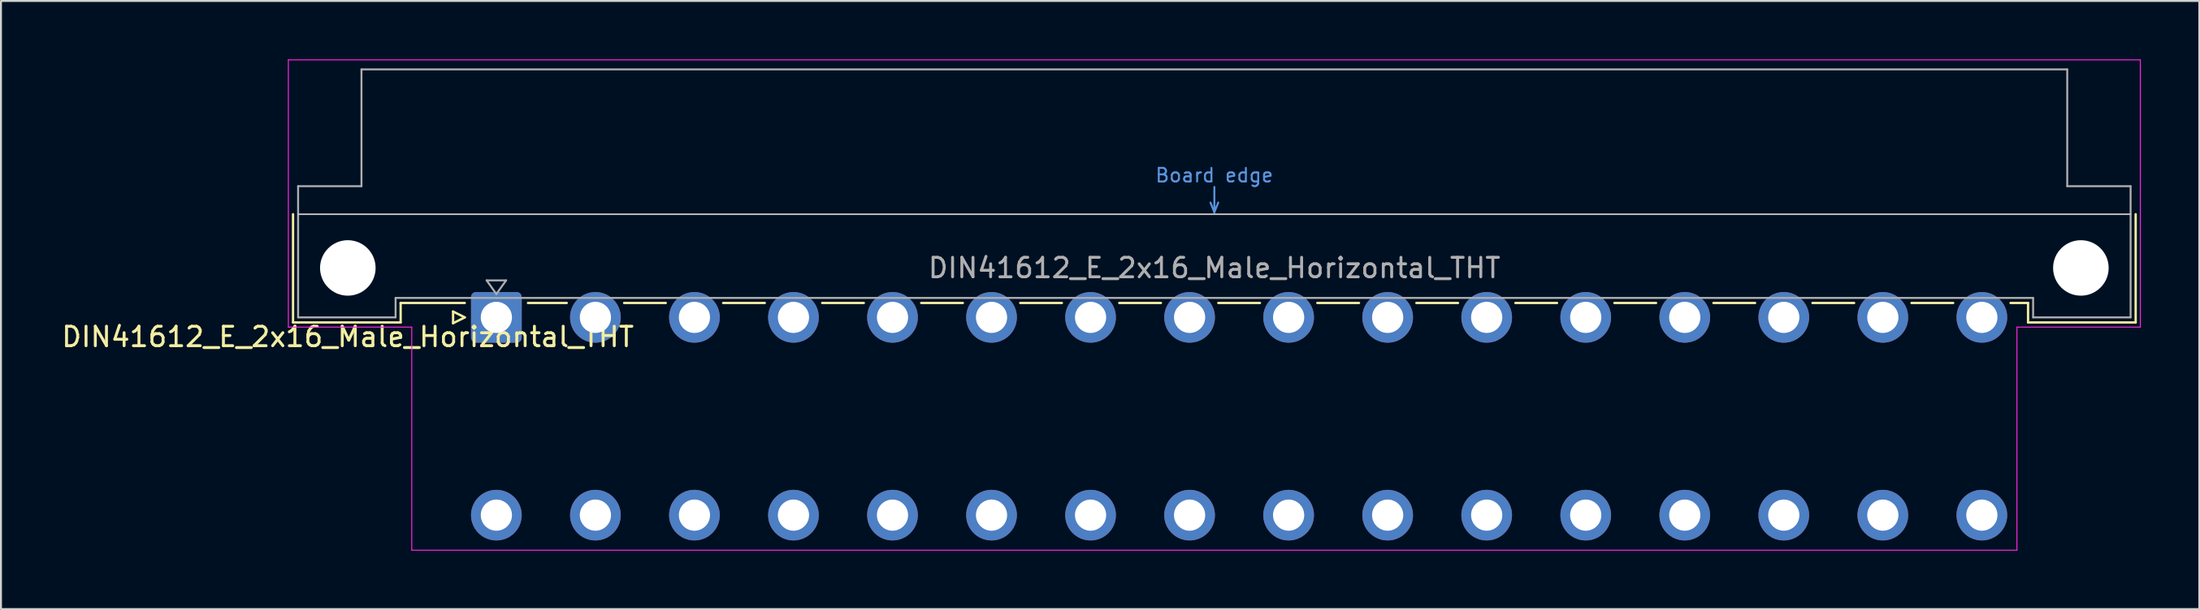
<source format=kicad_pcb>
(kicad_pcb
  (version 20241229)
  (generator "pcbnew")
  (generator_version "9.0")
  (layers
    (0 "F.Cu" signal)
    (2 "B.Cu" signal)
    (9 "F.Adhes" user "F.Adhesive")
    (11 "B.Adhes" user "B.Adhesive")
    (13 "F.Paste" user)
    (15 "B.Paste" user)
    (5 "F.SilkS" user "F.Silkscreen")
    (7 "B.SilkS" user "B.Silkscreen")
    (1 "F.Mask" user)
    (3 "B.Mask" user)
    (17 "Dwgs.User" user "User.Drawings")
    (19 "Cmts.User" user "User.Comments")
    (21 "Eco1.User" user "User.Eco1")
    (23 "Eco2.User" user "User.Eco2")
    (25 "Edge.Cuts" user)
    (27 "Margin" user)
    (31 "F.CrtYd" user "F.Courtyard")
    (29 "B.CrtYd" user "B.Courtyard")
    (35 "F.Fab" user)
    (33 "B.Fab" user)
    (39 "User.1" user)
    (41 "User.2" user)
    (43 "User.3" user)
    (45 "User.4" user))
  (footprint "DIN41612_E_2x16_Male_Horizontal_THT"
    (layer "F.Cu")
    (at 19.872 13.255)
    (property "Reference" "DIN41612_E_2x16_Male_Horizontal_THT" (at -5.08 1 0) (layer "F.SilkS") (effects (font (size 1 1) (thickness 0.15))))
    (attr through_hole)
    (fp_line (start -7.89 -5.3) (end -7.89 0.26) (stroke (width 0.12) (type solid)) (layer "F.SilkS"))
    (fp_line (start -7.89 0.26) (end -2.37 0.26) (stroke (width 0.12) (type solid)) (layer "F.SilkS"))
    (fp_line (start -2.371 -0.74) (end 0.92 -0.74) (stroke (width 0.12) (type solid)) (layer "F.SilkS"))
    (fp_line (start -2.37 0.26) (end -2.37 -0.74) (stroke (width 0.12) (type solid)) (layer "F.SilkS"))
    (fp_line (start 0.32 -0.3) (end 0.32 0.3) (stroke (width 0.12) (type solid)) (layer "F.SilkS"))
    (fp_line (start 0.32 0.3) (end 0.92 0) (stroke (width 0.12) (type solid)) (layer "F.SilkS"))
    (fp_line (start 0.92 0) (end 0.32 -0.3) (stroke (width 0.12) (type solid)) (layer "F.SilkS"))
    (fp_line (start 4.16 -0.74) (end 6.149 -0.74) (stroke (width 0.12) (type solid)) (layer "F.SilkS"))
    (fp_line (start 9.092 -0.74) (end 11.229 -0.74) (stroke (width 0.12) (type solid)) (layer "F.SilkS"))
    (fp_line (start 14.172 -0.74) (end 16.309 -0.74) (stroke (width 0.12) (type solid)) (layer "F.SilkS"))
    (fp_line (start 19.252 -0.74) (end 21.389 -0.74) (stroke (width 0.12) (type solid)) (layer "F.SilkS"))
    (fp_line (start 24.332 -0.74) (end 26.469 -0.74) (stroke (width 0.12) (type solid)) (layer "F.SilkS"))
    (fp_line (start 29.412 -0.74) (end 31.549 -0.74) (stroke (width 0.12) (type solid)) (layer "F.SilkS"))
    (fp_line (start 34.492 -0.74) (end 36.629 -0.74) (stroke (width 0.12) (type solid)) (layer "F.SilkS"))
    (fp_line (start 39.572 -0.74) (end 41.709 -0.74) (stroke (width 0.12) (type solid)) (layer "F.SilkS"))
    (fp_line (start 44.652 -0.74) (end 46.789 -0.74) (stroke (width 0.12) (type solid)) (layer "F.SilkS"))
    (fp_line (start 49.732 -0.74) (end 51.869 -0.74) (stroke (width 0.12) (type solid)) (layer "F.SilkS"))
    (fp_line (start 54.812 -0.74) (end 56.949 -0.74) (stroke (width 0.12) (type solid)) (layer "F.SilkS"))
    (fp_line (start 59.892 -0.74) (end 62.029 -0.74) (stroke (width 0.12) (type solid)) (layer "F.SilkS"))
    (fp_line (start 64.972 -0.74) (end 67.109 -0.74) (stroke (width 0.12) (type solid)) (layer "F.SilkS"))
    (fp_line (start 70.052 -0.74) (end 72.189 -0.74) (stroke (width 0.12) (type solid)) (layer "F.SilkS"))
    (fp_line (start 75.132 -0.74) (end 77.269 -0.74) (stroke (width 0.12) (type solid)) (layer "F.SilkS"))
    (fp_line (start 80.212 -0.74) (end 81.11 -0.74) (stroke (width 0.12) (type solid)) (layer "F.SilkS"))
    (fp_line (start 81.11 0.26) (end 81.11 -0.74) (stroke (width 0.12) (type solid)) (layer "F.SilkS"))
    (fp_line (start 86.63 -5.3) (end 86.63 0.26) (stroke (width 0.12) (type solid)) (layer "F.SilkS"))
    (fp_line (start 86.63 0.26) (end 81.11 0.26) (stroke (width 0.12) (type solid)) (layer "F.SilkS"))
    (fp_line (start -7.63 -5.3) (end 86.37 -5.3) (stroke (width 0.08) (type solid)) (layer "Dwgs.User"))
    (fp_line (start 39.17 -5.9) (end 39.37 -5.4) (stroke (width 0.1) (type solid)) (layer "Cmts.User"))
    (fp_line (start 39.37 -5.4) (end 39.37 -6.7) (stroke (width 0.1) (type solid)) (layer "Cmts.User"))
    (fp_line (start 39.37 -5.4) (end 39.57 -5.9) (stroke (width 0.1) (type solid)) (layer "Cmts.User"))
    (fp_line (start -8.13 -13.23) (end -8.13 0.5) (stroke (width 0.05) (type solid)) (layer "F.CrtYd"))
    (fp_line (start -8.13 0.5) (end -1.8 0.5) (stroke (width 0.05) (type solid)) (layer "F.CrtYd"))
    (fp_line (start -1.8 0.5) (end -1.8 11.96) (stroke (width 0.05) (type solid)) (layer "F.CrtYd"))
    (fp_line (start -1.8 11.96) (end 80.54 11.96) (stroke (width 0.05) (type solid)) (layer "F.CrtYd"))
    (fp_line (start 80.54 0.5) (end 86.87 0.5) (stroke (width 0.05) (type solid)) (layer "F.CrtYd"))
    (fp_line (start 80.54 11.96) (end 80.54 0.5) (stroke (width 0.05) (type solid)) (layer "F.CrtYd"))
    (fp_line (start 86.87 -13.23) (end -8.13 -13.23) (stroke (width 0.05) (type solid)) (layer "F.CrtYd"))
    (fp_line (start 86.87 0.5) (end 86.87 -13.23) (stroke (width 0.05) (type solid)) (layer "F.CrtYd"))
    (fp_line (start -7.63 -6.74) (end -7.63 0) (stroke (width 0.1) (type solid)) (layer "F.Fab"))
    (fp_line (start -7.63 0) (end -2.63 0) (stroke (width 0.1) (type solid)) (layer "F.Fab"))
    (fp_line (start -4.38 -12.74) (end -4.38 -6.74) (stroke (width 0.1) (type solid)) (layer "F.Fab"))
    (fp_line (start -4.38 -6.74) (end -7.63 -6.74) (stroke (width 0.1) (type solid)) (layer "F.Fab"))
    (fp_line (start -2.63 -1) (end 81.37 -1) (stroke (width 0.1) (type solid)) (layer "F.Fab"))
    (fp_line (start -2.63 0) (end -2.63 -1) (stroke (width 0.1) (type solid)) (layer "F.Fab"))
    (fp_line (start 2.04 -1.9) (end 3.04 -1.9) (stroke (width 0.1) (type solid)) (layer "F.Fab"))
    (fp_line (start 2.54 -1.2) (end 2.04 -1.9) (stroke (width 0.1) (type solid)) (layer "F.Fab"))
    (fp_line (start 3.04 -1.9) (end 2.54 -1.2) (stroke (width 0.1) (type solid)) (layer "F.Fab"))
    (fp_line (start 81.37 -1) (end 81.37 0) (stroke (width 0.1) (type solid)) (layer "F.Fab"))
    (fp_line (start 81.37 0) (end 86.37 0) (stroke (width 0.1) (type solid)) (layer "F.Fab"))
    (fp_line (start 83.12 -12.74) (end -4.38 -12.74) (stroke (width 0.1) (type solid)) (layer "F.Fab"))
    (fp_line (start 83.12 -6.74) (end 83.12 -12.74) (stroke (width 0.1) (type solid)) (layer "F.Fab"))
    (fp_line (start 86.37 -6.74) (end 83.12 -6.74) (stroke (width 0.1) (type solid)) (layer "F.Fab"))
    (fp_line (start 86.37 0) (end 86.37 -6.74) (stroke (width 0.1) (type solid)) (layer "F.Fab"))
    (fp_text user "Board edge" (at 39.37 -7.3 0) (layer "Cmts.User") (effects (font (size 0.7 0.7) (thickness 0.1))))
    (fp_text user "${REFERENCE}" (at 39.37 -2.54 0) (layer "F.Fab") (effects (font (size 1 1) (thickness 0.15))))
    (pad "" np_thru_hole circle (at -5.08 -2.54) (size 2.85 2.85) (drill 2.85) (layers "*.Cu" "*.Mask"))
    (pad "" np_thru_hole circle (at 83.82 -2.54) (size 2.85 2.85) (drill 2.85) (layers "*.Cu" "*.Mask"))
    (pad "a2" thru_hole roundrect (at 2.54 0) (size 2.6 2.6) (drill 1.6) (layers "*.Cu" "*.Mask") (roundrect_rratio 0.096))
    (pad "a4" thru_hole circle (at 7.62 0) (size 2.6 2.6) (drill 1.6) (layers "*.Cu" "*.Mask"))
    (pad "a6" thru_hole circle (at 12.7 0) (size 2.6 2.6) (drill 1.6) (layers "*.Cu" "*.Mask"))
    (pad "a8" thru_hole circle (at 17.78 0) (size 2.6 2.6) (drill 1.6) (layers "*.Cu" "*.Mask"))
    (pad "a10" thru_hole circle (at 22.86 0) (size 2.6 2.6) (drill 1.6) (layers "*.Cu" "*.Mask"))
    (pad "a12" thru_hole circle (at 27.94 0) (size 2.6 2.6) (drill 1.6) (layers "*.Cu" "*.Mask"))
    (pad "a14" thru_hole circle (at 33.02 0) (size 2.6 2.6) (drill 1.6) (layers "*.Cu" "*.Mask"))
    (pad "a16" thru_hole circle (at 38.1 0) (size 2.6 2.6) (drill 1.6) (layers "*.Cu" "*.Mask"))
    (pad "a18" thru_hole circle (at 43.18 0) (size 2.6 2.6) (drill 1.6) (layers "*.Cu" "*.Mask"))
    (pad "a20" thru_hole circle (at 48.26 0) (size 2.6 2.6) (drill 1.6) (layers "*.Cu" "*.Mask"))
    (pad "a22" thru_hole circle (at 53.34 0) (size 2.6 2.6) (drill 1.6) (layers "*.Cu" "*.Mask"))
    (pad "a24" thru_hole circle (at 58.42 0) (size 2.6 2.6) (drill 1.6) (layers "*.Cu" "*.Mask"))
    (pad "a26" thru_hole circle (at 63.5 0) (size 2.6 2.6) (drill 1.6) (layers "*.Cu" "*.Mask"))
    (pad "a28" thru_hole circle (at 68.58 0) (size 2.6 2.6) (drill 1.6) (layers "*.Cu" "*.Mask"))
    (pad "a30" thru_hole circle (at 73.66 0) (size 2.6 2.6) (drill 1.6) (layers "*.Cu" "*.Mask"))
    (pad "a32" thru_hole circle (at 78.74 0) (size 2.6 2.6) (drill 1.6) (layers "*.Cu" "*.Mask"))
    (pad "e2" thru_hole circle (at 2.54 10.16) (size 2.6 2.6) (drill 1.6) (layers "*.Cu" "*.Mask"))
    (pad "e4" thru_hole circle (at 7.62 10.16) (size 2.6 2.6) (drill 1.6) (layers "*.Cu" "*.Mask"))
    (pad "e6" thru_hole circle (at 12.7 10.16) (size 2.6 2.6) (drill 1.6) (layers "*.Cu" "*.Mask"))
    (pad "e8" thru_hole circle (at 17.78 10.16) (size 2.6 2.6) (drill 1.6) (layers "*.Cu" "*.Mask"))
    (pad "e10" thru_hole circle (at 22.86 10.16) (size 2.6 2.6) (drill 1.6) (layers "*.Cu" "*.Mask"))
    (pad "e12" thru_hole circle (at 27.94 10.16) (size 2.6 2.6) (drill 1.6) (layers "*.Cu" "*.Mask"))
    (pad "e14" thru_hole circle (at 33.02 10.16) (size 2.6 2.6) (drill 1.6) (layers "*.Cu" "*.Mask"))
    (pad "e16" thru_hole circle (at 38.1 10.16) (size 2.6 2.6) (drill 1.6) (layers "*.Cu" "*.Mask"))
    (pad "e18" thru_hole circle (at 43.18 10.16) (size 2.6 2.6) (drill 1.6) (layers "*.Cu" "*.Mask"))
    (pad "e20" thru_hole circle (at 48.26 10.16) (size 2.6 2.6) (drill 1.6) (layers "*.Cu" "*.Mask"))
    (pad "e22" thru_hole circle (at 53.34 10.16) (size 2.6 2.6) (drill 1.6) (layers "*.Cu" "*.Mask"))
    (pad "e24" thru_hole circle (at 58.42 10.16) (size 2.6 2.6) (drill 1.6) (layers "*.Cu" "*.Mask"))
    (pad "e26" thru_hole circle (at 63.5 10.16) (size 2.6 2.6) (drill 1.6) (layers "*.Cu" "*.Mask"))
    (pad "e28" thru_hole circle (at 68.58 10.16) (size 2.6 2.6) (drill 1.6) (layers "*.Cu" "*.Mask"))
    (pad "e30" thru_hole circle (at 73.66 10.16) (size 2.6 2.6) (drill 1.6) (layers "*.Cu" "*.Mask"))
    (pad "e32" thru_hole circle (at 78.74 10.16) (size 2.6 2.6) (drill 1.6) (layers "*.Cu" "*.Mask")))
  (gr_rect
    (start -3 -3)
    (end 109.767 28.24)
    (stroke (width 0.1) (type default))
    (fill no)
    (layer "Edge.Cuts")))
</source>
